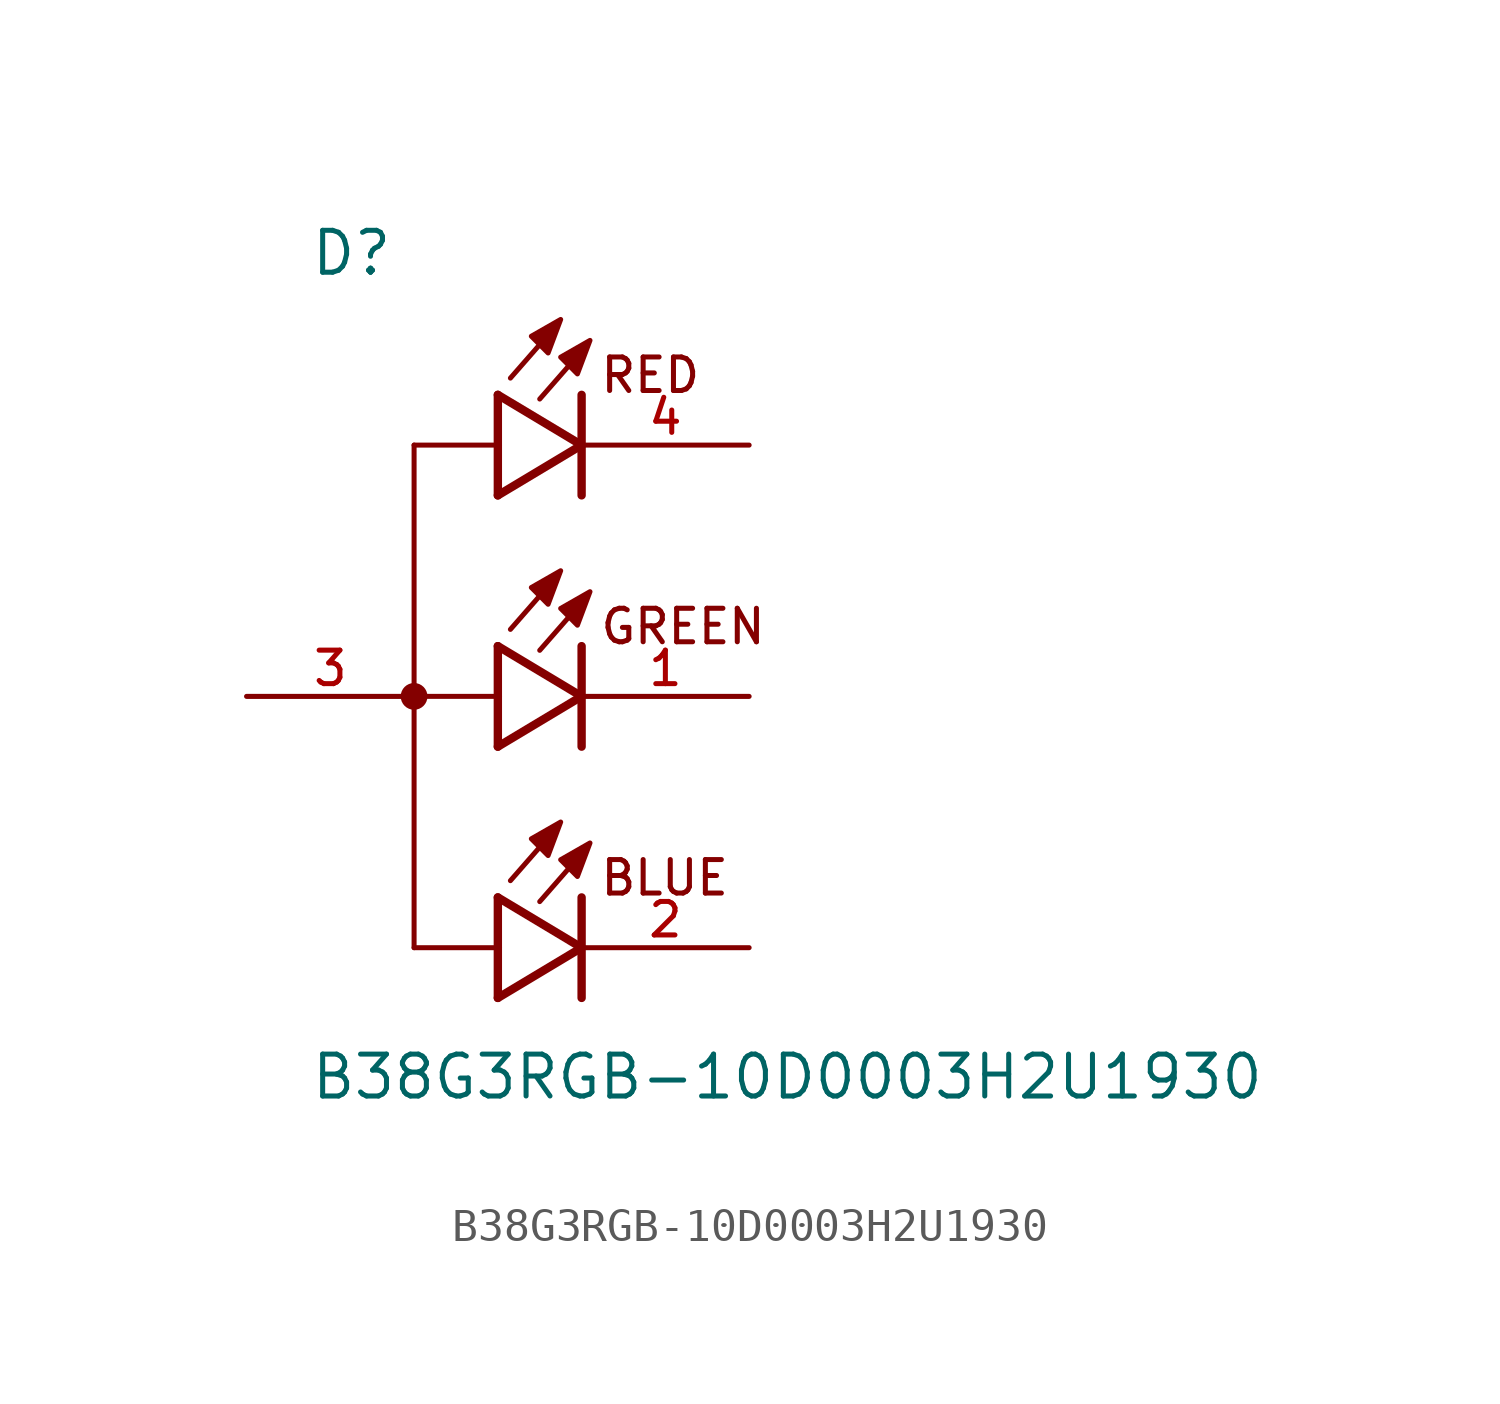
<source format=kicad_sym>
(kicad_symbol_lib
  (version 20211014)
  (generator kicad_symbol_editor)
  (symbol "B38G3RGB-10D0003H2U1930"
    (pin_names
      (offset 1.016))
    (property "Reference" "D"
      (at -5.715 12.7 0)
      (effects (font (size 1.27 1.27)) (justify bottom left)))
    (property "Value" "B38G3RGB-10D0003H2U1930"
      (at -5.715 -10.795 0)
      (effects (font (size 1.27 1.27)) (justify top left)))
    (symbol "B38G3RGB-10D0003H2U1930_0_0"
      (polyline (pts (xy 0.0 9.144) (xy 0.0 7.62)) (stroke (width 0.254)))
      (polyline (pts (xy 0.0 7.62) (xy 0.0 6.096)) (stroke (width 0.254)))
      (polyline (pts (xy 0.0 6.096) (xy 2.54 7.62)) (stroke (width 0.254)))
      (polyline (pts (xy 2.54 7.62) (xy 0.0 9.144)) (stroke (width 0.254)))
      (polyline (pts (xy 2.54 9.144) (xy 2.54 6.096)) (stroke (width 0.254)))
      (polyline (pts (xy 0.0 1.524) (xy 0.0 0.0)) (stroke (width 0.254)))
      (polyline (pts (xy 0.0 0.0) (xy 0.0 -1.524)) (stroke (width 0.254)))
      (polyline (pts (xy 0.0 -1.524) (xy 2.54 0.0)) (stroke (width 0.254)))
      (polyline (pts (xy 2.54 0.0) (xy 0.0 1.524)) (stroke (width 0.254)))
      (polyline (pts (xy 2.54 1.524) (xy 2.54 -1.524)) (stroke (width 0.254)))
      (polyline (pts (xy 0.0 -6.096) (xy 0.0 -7.62)) (stroke (width 0.254)))
      (polyline (pts (xy 0.0 -7.62) (xy 0.0 -9.144)) (stroke (width 0.254)))
      (polyline (pts (xy 0.0 -9.144) (xy 2.54 -7.62)) (stroke (width 0.254)))
      (polyline (pts (xy 2.54 -7.62) (xy 0.0 -6.096)) (stroke (width 0.254)))
      (polyline (pts (xy 2.54 -6.096) (xy 2.54 -9.144)) (stroke (width 0.254)))
      (polyline (pts (xy 0.0 7.62) (xy -2.54 7.62)) (stroke (width 0.152)))
      (polyline (pts (xy -2.54 7.62) (xy -2.54 0.0)) (stroke (width 0.152)))
      (polyline (pts (xy -2.54 0.0) (xy -2.54 -7.62)) (stroke (width 0.152)))
      (polyline (pts (xy -2.54 -7.62) (xy 0.0 -7.62)) (stroke (width 0.152)))
      (polyline (pts (xy 0.0 0.0) (xy -2.54 0.0)) (stroke (width 0.152)))
      (circle (center -2.54 0.0) (radius 0.203) (stroke (width 0.406)) (fill (type none)))
      (text "RED" (at 3.048 9.144 0) (effects (font (size 1.016 1.016)) (justify bottom left)))
      (text "GREEN" (at 3.048 1.524 0) (effects (font (size 1.016 1.016)) (justify bottom left)))
      (text "BLUE" (at 3.048 -6.096 0) (effects (font (size 1.016 1.016)) (justify bottom left)))
      (polyline (pts (xy 1.27 -4.572) (xy 0.381 -5.588)) (stroke (width 0.152)))
      (polyline (pts (xy 1.016 -4.318) (xy 1.524 -4.826) (xy 1.905 -3.81) (xy 1.016 -4.318)) (stroke (width 0.152)) (fill (type outline)))
      (polyline (pts (xy 2.159 -5.207) (xy 1.27 -6.223)) (stroke (width 0.152)))
      (polyline (pts (xy 1.905 -4.953) (xy 2.413 -5.461) (xy 2.794 -4.445) (xy 1.905 -4.953)) (stroke (width 0.152)) (fill (type outline)))
      (polyline (pts (xy 1.27 3.048) (xy 0.381 2.032)) (stroke (width 0.152)))
      (polyline (pts (xy 1.016 3.302) (xy 1.524 2.794) (xy 1.905 3.81) (xy 1.016 3.302)) (stroke (width 0.152)) (fill (type outline)))
      (polyline (pts (xy 2.159 2.413) (xy 1.27 1.397)) (stroke (width 0.152)))
      (polyline (pts (xy 1.905 2.667) (xy 2.413 2.159) (xy 2.794 3.175) (xy 1.905 2.667)) (stroke (width 0.152)) (fill (type outline)))
      (polyline (pts (xy 1.27 10.668) (xy 0.381 9.652)) (stroke (width 0.152)))
      (polyline (pts (xy 1.016 10.922) (xy 1.524 10.414) (xy 1.905 11.43) (xy 1.016 10.922)) (stroke (width 0.152)) (fill (type outline)))
      (polyline (pts (xy 2.159 10.033) (xy 1.27 9.017)) (stroke (width 0.152)))
      (polyline (pts (xy 1.905 10.287) (xy 2.413 9.779) (xy 2.794 10.795) (xy 1.905 10.287)) (stroke (width 0.152)) (fill (type outline)))
      (pin passive line (at 7.62 7.62 180.0) (length 5.08) (name "~" (effects (font (size 1.016 1.016)))) (number "4" (effects (font (size 1.016 1.016)))))
      (pin passive line (at -7.62 0.0 0) (length 5.08) (name "~" (effects (font (size 1.016 1.016)))) (number "3" (effects (font (size 1.016 1.016)))))
      (pin passive line (at 7.62 0.0 180.0) (length 5.08) (name "~" (effects (font (size 1.016 1.016)))) (number "1" (effects (font (size 1.016 1.016)))))
      (pin passive line (at 7.62 -7.62 180.0) (length 5.08) (name "~" (effects (font (size 1.016 1.016)))) (number "2" (effects (font (size 1.016 1.016))))))))
</source>
